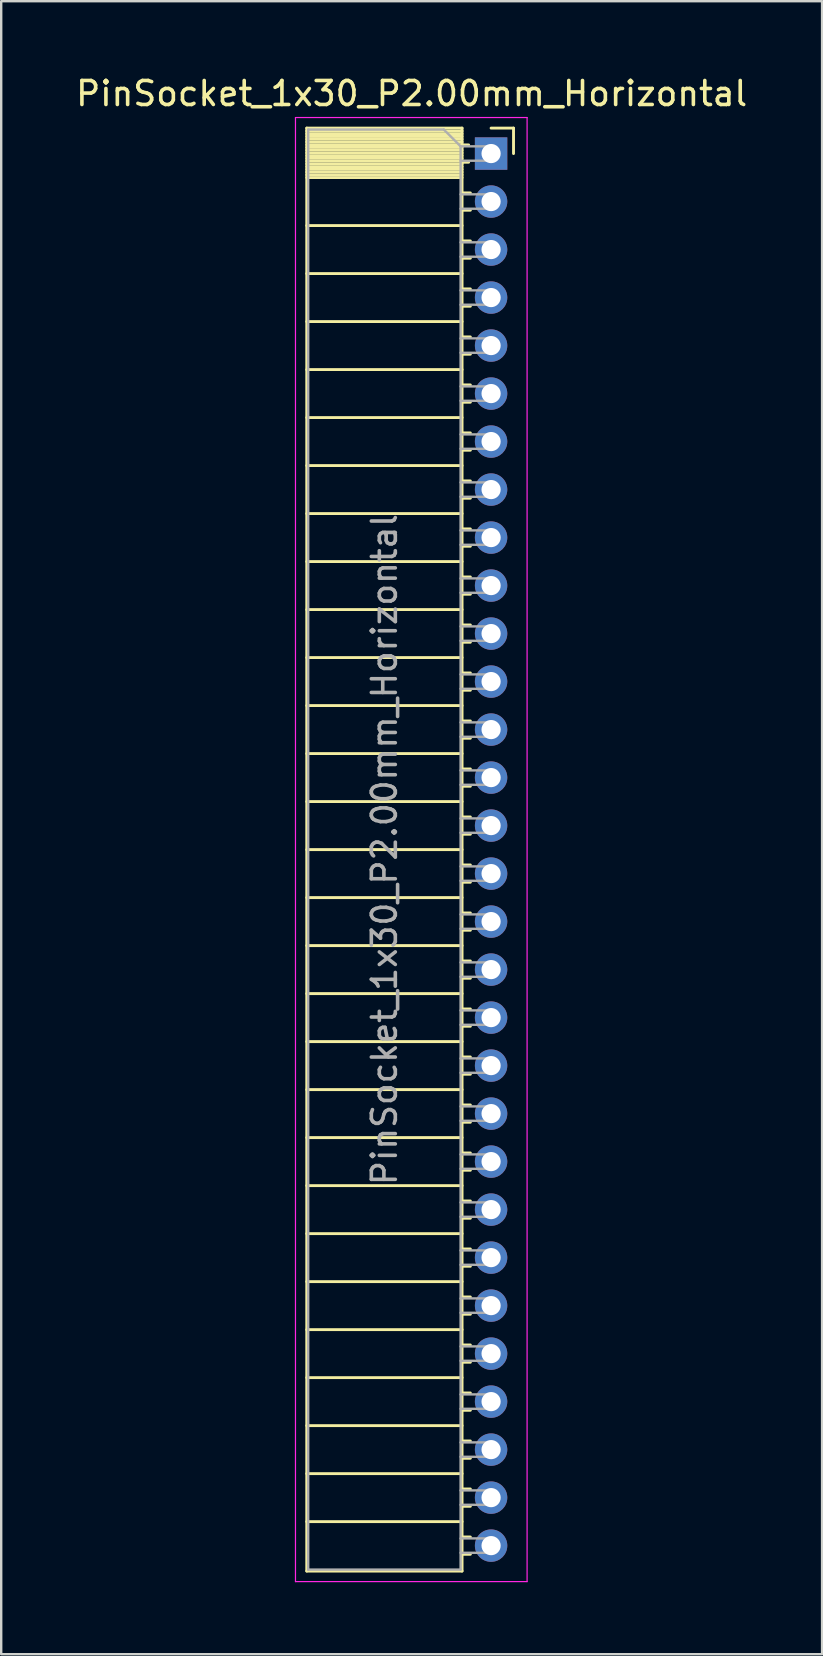
<source format=kicad_pcb>
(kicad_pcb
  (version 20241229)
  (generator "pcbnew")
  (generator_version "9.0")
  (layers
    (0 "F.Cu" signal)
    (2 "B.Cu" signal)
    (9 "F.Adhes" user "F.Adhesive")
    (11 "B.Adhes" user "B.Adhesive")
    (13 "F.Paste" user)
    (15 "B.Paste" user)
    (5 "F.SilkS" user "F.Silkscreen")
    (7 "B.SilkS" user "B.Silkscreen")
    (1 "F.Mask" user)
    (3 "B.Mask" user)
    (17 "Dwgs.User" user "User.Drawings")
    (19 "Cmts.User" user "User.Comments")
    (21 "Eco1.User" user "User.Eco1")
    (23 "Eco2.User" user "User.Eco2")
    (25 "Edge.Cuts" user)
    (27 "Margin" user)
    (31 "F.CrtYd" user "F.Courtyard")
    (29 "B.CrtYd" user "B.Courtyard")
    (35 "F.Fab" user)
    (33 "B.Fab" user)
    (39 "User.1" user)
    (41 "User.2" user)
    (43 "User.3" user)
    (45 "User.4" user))
  (footprint "PinSocket_1x30_P2.00mm_Horizontal"
    (layer "F.Cu")
    (at 17.411 3.348)
    (property "Reference" "PinSocket_1x30_P2.00mm_Horizontal" (at -3.31 -2.5 0) (layer "F.SilkS") (effects (font (size 1 1) (thickness 0.15))))
    (attr through_hole)
    (fp_line (start -7.68 -1.06) (end -7.68 59.06) (stroke (width 0.12) (type solid)) (layer "F.SilkS"))
    (fp_line (start -7.68 -1.06) (end -1.21 -1.06) (stroke (width 0.12) (type solid)) (layer "F.SilkS"))
    (fp_line (start -7.68 -0.94) (end -1.21 -0.94) (stroke (width 0.12) (type solid)) (layer "F.SilkS"))
    (fp_line (start -7.68 -0.826) (end -1.21 -0.826) (stroke (width 0.12) (type solid)) (layer "F.SilkS"))
    (fp_line (start -7.68 -0.712) (end -1.21 -0.712) (stroke (width 0.12) (type solid)) (layer "F.SilkS"))
    (fp_line (start -7.68 -0.598) (end -1.21 -0.598) (stroke (width 0.12) (type solid)) (layer "F.SilkS"))
    (fp_line (start -7.68 -0.484) (end -1.21 -0.484) (stroke (width 0.12) (type solid)) (layer "F.SilkS"))
    (fp_line (start -7.68 -0.369) (end -1.21 -0.369) (stroke (width 0.12) (type solid)) (layer "F.SilkS"))
    (fp_line (start -7.68 -0.255) (end -1.21 -0.255) (stroke (width 0.12) (type solid)) (layer "F.SilkS"))
    (fp_line (start -7.68 -0.141) (end -1.21 -0.141) (stroke (width 0.12) (type solid)) (layer "F.SilkS"))
    (fp_line (start -7.68 -0.027) (end -1.21 -0.027) (stroke (width 0.12) (type solid)) (layer "F.SilkS"))
    (fp_line (start -7.68 0.087) (end -1.21 0.087) (stroke (width 0.12) (type solid)) (layer "F.SilkS"))
    (fp_line (start -7.68 0.201) (end -1.21 0.201) (stroke (width 0.12) (type solid)) (layer "F.SilkS"))
    (fp_line (start -7.68 0.315) (end -1.21 0.315) (stroke (width 0.12) (type solid)) (layer "F.SilkS"))
    (fp_line (start -7.68 0.429) (end -1.21 0.429) (stroke (width 0.12) (type solid)) (layer "F.SilkS"))
    (fp_line (start -7.68 0.544) (end -1.21 0.544) (stroke (width 0.12) (type solid)) (layer "F.SilkS"))
    (fp_line (start -7.68 0.658) (end -1.21 0.658) (stroke (width 0.12) (type solid)) (layer "F.SilkS"))
    (fp_line (start -7.68 0.772) (end -1.21 0.772) (stroke (width 0.12) (type solid)) (layer "F.SilkS"))
    (fp_line (start -7.68 0.886) (end -1.21 0.886) (stroke (width 0.12) (type solid)) (layer "F.SilkS"))
    (fp_line (start -7.68 1) (end -1.21 1) (stroke (width 0.12) (type solid)) (layer "F.SilkS"))
    (fp_line (start -7.68 3) (end -1.21 3) (stroke (width 0.12) (type solid)) (layer "F.SilkS"))
    (fp_line (start -7.68 5) (end -1.21 5) (stroke (width 0.12) (type solid)) (layer "F.SilkS"))
    (fp_line (start -7.68 7) (end -1.21 7) (stroke (width 0.12) (type solid)) (layer "F.SilkS"))
    (fp_line (start -7.68 9) (end -1.21 9) (stroke (width 0.12) (type solid)) (layer "F.SilkS"))
    (fp_line (start -7.68 11) (end -1.21 11) (stroke (width 0.12) (type solid)) (layer "F.SilkS"))
    (fp_line (start -7.68 13) (end -1.21 13) (stroke (width 0.12) (type solid)) (layer "F.SilkS"))
    (fp_line (start -7.68 15) (end -1.21 15) (stroke (width 0.12) (type solid)) (layer "F.SilkS"))
    (fp_line (start -7.68 17) (end -1.21 17) (stroke (width 0.12) (type solid)) (layer "F.SilkS"))
    (fp_line (start -7.68 19) (end -1.21 19) (stroke (width 0.12) (type solid)) (layer "F.SilkS"))
    (fp_line (start -7.68 21) (end -1.21 21) (stroke (width 0.12) (type solid)) (layer "F.SilkS"))
    (fp_line (start -7.68 23) (end -1.21 23) (stroke (width 0.12) (type solid)) (layer "F.SilkS"))
    (fp_line (start -7.68 25) (end -1.21 25) (stroke (width 0.12) (type solid)) (layer "F.SilkS"))
    (fp_line (start -7.68 27) (end -1.21 27) (stroke (width 0.12) (type solid)) (layer "F.SilkS"))
    (fp_line (start -7.68 29) (end -1.21 29) (stroke (width 0.12) (type solid)) (layer "F.SilkS"))
    (fp_line (start -7.68 31) (end -1.21 31) (stroke (width 0.12) (type solid)) (layer "F.SilkS"))
    (fp_line (start -7.68 33) (end -1.21 33) (stroke (width 0.12) (type solid)) (layer "F.SilkS"))
    (fp_line (start -7.68 35) (end -1.21 35) (stroke (width 0.12) (type solid)) (layer "F.SilkS"))
    (fp_line (start -7.68 37) (end -1.21 37) (stroke (width 0.12) (type solid)) (layer "F.SilkS"))
    (fp_line (start -7.68 39) (end -1.21 39) (stroke (width 0.12) (type solid)) (layer "F.SilkS"))
    (fp_line (start -7.68 41) (end -1.21 41) (stroke (width 0.12) (type solid)) (layer "F.SilkS"))
    (fp_line (start -7.68 43) (end -1.21 43) (stroke (width 0.12) (type solid)) (layer "F.SilkS"))
    (fp_line (start -7.68 45) (end -1.21 45) (stroke (width 0.12) (type solid)) (layer "F.SilkS"))
    (fp_line (start -7.68 47) (end -1.21 47) (stroke (width 0.12) (type solid)) (layer "F.SilkS"))
    (fp_line (start -7.68 49) (end -1.21 49) (stroke (width 0.12) (type solid)) (layer "F.SilkS"))
    (fp_line (start -7.68 51) (end -1.21 51) (stroke (width 0.12) (type solid)) (layer "F.SilkS"))
    (fp_line (start -7.68 53) (end -1.21 53) (stroke (width 0.12) (type solid)) (layer "F.SilkS"))
    (fp_line (start -7.68 55) (end -1.21 55) (stroke (width 0.12) (type solid)) (layer "F.SilkS"))
    (fp_line (start -7.68 57) (end -1.21 57) (stroke (width 0.12) (type solid)) (layer "F.SilkS"))
    (fp_line (start -7.68 59.06) (end -1.21 59.06) (stroke (width 0.12) (type solid)) (layer "F.SilkS"))
    (fp_line (start -1.21 -1.06) (end -1.21 59.06) (stroke (width 0.12) (type solid)) (layer "F.SilkS"))
    (fp_line (start -1.21 -0.36) (end -0.935 -0.36) (stroke (width 0.12) (type solid)) (layer "F.SilkS"))
    (fp_line (start -1.21 0.36) (end -0.935 0.36) (stroke (width 0.12) (type solid)) (layer "F.SilkS"))
    (fp_line (start -1.21 1.64) (end -0.863 1.64) (stroke (width 0.12) (type solid)) (layer "F.SilkS"))
    (fp_line (start -1.21 2.36) (end -0.863 2.36) (stroke (width 0.12) (type solid)) (layer "F.SilkS"))
    (fp_line (start -1.21 3.64) (end -0.863 3.64) (stroke (width 0.12) (type solid)) (layer "F.SilkS"))
    (fp_line (start -1.21 4.36) (end -0.863 4.36) (stroke (width 0.12) (type solid)) (layer "F.SilkS"))
    (fp_line (start -1.21 5.64) (end -0.863 5.64) (stroke (width 0.12) (type solid)) (layer "F.SilkS"))
    (fp_line (start -1.21 6.36) (end -0.863 6.36) (stroke (width 0.12) (type solid)) (layer "F.SilkS"))
    (fp_line (start -1.21 7.64) (end -0.863 7.64) (stroke (width 0.12) (type solid)) (layer "F.SilkS"))
    (fp_line (start -1.21 8.36) (end -0.863 8.36) (stroke (width 0.12) (type solid)) (layer "F.SilkS"))
    (fp_line (start -1.21 9.64) (end -0.863 9.64) (stroke (width 0.12) (type solid)) (layer "F.SilkS"))
    (fp_line (start -1.21 10.36) (end -0.863 10.36) (stroke (width 0.12) (type solid)) (layer "F.SilkS"))
    (fp_line (start -1.21 11.64) (end -0.863 11.64) (stroke (width 0.12) (type solid)) (layer "F.SilkS"))
    (fp_line (start -1.21 12.36) (end -0.863 12.36) (stroke (width 0.12) (type solid)) (layer "F.SilkS"))
    (fp_line (start -1.21 13.64) (end -0.863 13.64) (stroke (width 0.12) (type solid)) (layer "F.SilkS"))
    (fp_line (start -1.21 14.36) (end -0.863 14.36) (stroke (width 0.12) (type solid)) (layer "F.SilkS"))
    (fp_line (start -1.21 15.64) (end -0.863 15.64) (stroke (width 0.12) (type solid)) (layer "F.SilkS"))
    (fp_line (start -1.21 16.36) (end -0.863 16.36) (stroke (width 0.12) (type solid)) (layer "F.SilkS"))
    (fp_line (start -1.21 17.64) (end -0.863 17.64) (stroke (width 0.12) (type solid)) (layer "F.SilkS"))
    (fp_line (start -1.21 18.36) (end -0.863 18.36) (stroke (width 0.12) (type solid)) (layer "F.SilkS"))
    (fp_line (start -1.21 19.64) (end -0.863 19.64) (stroke (width 0.12) (type solid)) (layer "F.SilkS"))
    (fp_line (start -1.21 20.36) (end -0.863 20.36) (stroke (width 0.12) (type solid)) (layer "F.SilkS"))
    (fp_line (start -1.21 21.64) (end -0.863 21.64) (stroke (width 0.12) (type solid)) (layer "F.SilkS"))
    (fp_line (start -1.21 22.36) (end -0.863 22.36) (stroke (width 0.12) (type solid)) (layer "F.SilkS"))
    (fp_line (start -1.21 23.64) (end -0.863 23.64) (stroke (width 0.12) (type solid)) (layer "F.SilkS"))
    (fp_line (start -1.21 24.36) (end -0.863 24.36) (stroke (width 0.12) (type solid)) (layer "F.SilkS"))
    (fp_line (start -1.21 25.64) (end -0.863 25.64) (stroke (width 0.12) (type solid)) (layer "F.SilkS"))
    (fp_line (start -1.21 26.36) (end -0.863 26.36) (stroke (width 0.12) (type solid)) (layer "F.SilkS"))
    (fp_line (start -1.21 27.64) (end -0.863 27.64) (stroke (width 0.12) (type solid)) (layer "F.SilkS"))
    (fp_line (start -1.21 28.36) (end -0.863 28.36) (stroke (width 0.12) (type solid)) (layer "F.SilkS"))
    (fp_line (start -1.21 29.64) (end -0.863 29.64) (stroke (width 0.12) (type solid)) (layer "F.SilkS"))
    (fp_line (start -1.21 30.36) (end -0.863 30.36) (stroke (width 0.12) (type solid)) (layer "F.SilkS"))
    (fp_line (start -1.21 31.64) (end -0.863 31.64) (stroke (width 0.12) (type solid)) (layer "F.SilkS"))
    (fp_line (start -1.21 32.36) (end -0.863 32.36) (stroke (width 0.12) (type solid)) (layer "F.SilkS"))
    (fp_line (start -1.21 33.64) (end -0.863 33.64) (stroke (width 0.12) (type solid)) (layer "F.SilkS"))
    (fp_line (start -1.21 34.36) (end -0.863 34.36) (stroke (width 0.12) (type solid)) (layer "F.SilkS"))
    (fp_line (start -1.21 35.64) (end -0.863 35.64) (stroke (width 0.12) (type solid)) (layer "F.SilkS"))
    (fp_line (start -1.21 36.36) (end -0.863 36.36) (stroke (width 0.12) (type solid)) (layer "F.SilkS"))
    (fp_line (start -1.21 37.64) (end -0.863 37.64) (stroke (width 0.12) (type solid)) (layer "F.SilkS"))
    (fp_line (start -1.21 38.36) (end -0.863 38.36) (stroke (width 0.12) (type solid)) (layer "F.SilkS"))
    (fp_line (start -1.21 39.64) (end -0.863 39.64) (stroke (width 0.12) (type solid)) (layer "F.SilkS"))
    (fp_line (start -1.21 40.36) (end -0.863 40.36) (stroke (width 0.12) (type solid)) (layer "F.SilkS"))
    (fp_line (start -1.21 41.64) (end -0.863 41.64) (stroke (width 0.12) (type solid)) (layer "F.SilkS"))
    (fp_line (start -1.21 42.36) (end -0.863 42.36) (stroke (width 0.12) (type solid)) (layer "F.SilkS"))
    (fp_line (start -1.21 43.64) (end -0.863 43.64) (stroke (width 0.12) (type solid)) (layer "F.SilkS"))
    (fp_line (start -1.21 44.36) (end -0.863 44.36) (stroke (width 0.12) (type solid)) (layer "F.SilkS"))
    (fp_line (start -1.21 45.64) (end -0.863 45.64) (stroke (width 0.12) (type solid)) (layer "F.SilkS"))
    (fp_line (start -1.21 46.36) (end -0.863 46.36) (stroke (width 0.12) (type solid)) (layer "F.SilkS"))
    (fp_line (start -1.21 47.64) (end -0.863 47.64) (stroke (width 0.12) (type solid)) (layer "F.SilkS"))
    (fp_line (start -1.21 48.36) (end -0.863 48.36) (stroke (width 0.12) (type solid)) (layer "F.SilkS"))
    (fp_line (start -1.21 49.64) (end -0.863 49.64) (stroke (width 0.12) (type solid)) (layer "F.SilkS"))
    (fp_line (start -1.21 50.36) (end -0.863 50.36) (stroke (width 0.12) (type solid)) (layer "F.SilkS"))
    (fp_line (start -1.21 51.64) (end -0.863 51.64) (stroke (width 0.12) (type solid)) (layer "F.SilkS"))
    (fp_line (start -1.21 52.36) (end -0.863 52.36) (stroke (width 0.12) (type solid)) (layer "F.SilkS"))
    (fp_line (start -1.21 53.64) (end -0.863 53.64) (stroke (width 0.12) (type solid)) (layer "F.SilkS"))
    (fp_line (start -1.21 54.36) (end -0.863 54.36) (stroke (width 0.12) (type solid)) (layer "F.SilkS"))
    (fp_line (start -1.21 55.64) (end -0.863 55.64) (stroke (width 0.12) (type solid)) (layer "F.SilkS"))
    (fp_line (start -1.21 56.36) (end -0.863 56.36) (stroke (width 0.12) (type solid)) (layer "F.SilkS"))
    (fp_line (start -1.21 57.64) (end -0.863 57.64) (stroke (width 0.12) (type solid)) (layer "F.SilkS"))
    (fp_line (start -1.21 58.36) (end -0.863 58.36) (stroke (width 0.12) (type solid)) (layer "F.SilkS"))
    (fp_line (start 0 -1.06) (end 0.935 -1.06) (stroke (width 0.12) (type solid)) (layer "F.SilkS"))
    (fp_line (start 0.935 -1.06) (end 0.935 0) (stroke (width 0.12) (type solid)) (layer "F.SilkS"))
    (fp_line (start -8.15 -1.5) (end -8.15 59.5) (stroke (width 0.05) (type solid)) (layer "F.CrtYd"))
    (fp_line (start -8.15 59.5) (end 1.5 59.5) (stroke (width 0.05) (type solid)) (layer "F.CrtYd"))
    (fp_line (start 1.5 -1.5) (end -8.15 -1.5) (stroke (width 0.05) (type solid)) (layer "F.CrtYd"))
    (fp_line (start 1.5 59.5) (end 1.5 -1.5) (stroke (width 0.05) (type solid)) (layer "F.CrtYd"))
    (fp_line (start -7.62 -1) (end -1.97 -1) (stroke (width 0.1) (type solid)) (layer "F.Fab"))
    (fp_line (start -7.62 59) (end -7.62 -1) (stroke (width 0.1) (type solid)) (layer "F.Fab"))
    (fp_line (start -1.97 -1) (end -1.27 -0.3) (stroke (width 0.1) (type solid)) (layer "F.Fab"))
    (fp_line (start -1.27 -0.3) (end -1.27 59) (stroke (width 0.1) (type solid)) (layer "F.Fab"))
    (fp_line (start -1.27 0.3) (end 0 0.3) (stroke (width 0.1) (type solid)) (layer "F.Fab"))
    (fp_line (start -1.27 2.3) (end 0 2.3) (stroke (width 0.1) (type solid)) (layer "F.Fab"))
    (fp_line (start -1.27 4.3) (end 0 4.3) (stroke (width 0.1) (type solid)) (layer "F.Fab"))
    (fp_line (start -1.27 6.3) (end 0 6.3) (stroke (width 0.1) (type solid)) (layer "F.Fab"))
    (fp_line (start -1.27 8.3) (end 0 8.3) (stroke (width 0.1) (type solid)) (layer "F.Fab"))
    (fp_line (start -1.27 10.3) (end 0 10.3) (stroke (width 0.1) (type solid)) (layer "F.Fab"))
    (fp_line (start -1.27 12.3) (end 0 12.3) (stroke (width 0.1) (type solid)) (layer "F.Fab"))
    (fp_line (start -1.27 14.3) (end 0 14.3) (stroke (width 0.1) (type solid)) (layer "F.Fab"))
    (fp_line (start -1.27 16.3) (end 0 16.3) (stroke (width 0.1) (type solid)) (layer "F.Fab"))
    (fp_line (start -1.27 18.3) (end 0 18.3) (stroke (width 0.1) (type solid)) (layer "F.Fab"))
    (fp_line (start -1.27 20.3) (end 0 20.3) (stroke (width 0.1) (type solid)) (layer "F.Fab"))
    (fp_line (start -1.27 22.3) (end 0 22.3) (stroke (width 0.1) (type solid)) (layer "F.Fab"))
    (fp_line (start -1.27 24.3) (end 0 24.3) (stroke (width 0.1) (type solid)) (layer "F.Fab"))
    (fp_line (start -1.27 26.3) (end 0 26.3) (stroke (width 0.1) (type solid)) (layer "F.Fab"))
    (fp_line (start -1.27 28.3) (end 0 28.3) (stroke (width 0.1) (type solid)) (layer "F.Fab"))
    (fp_line (start -1.27 30.3) (end 0 30.3) (stroke (width 0.1) (type solid)) (layer "F.Fab"))
    (fp_line (start -1.27 32.3) (end 0 32.3) (stroke (width 0.1) (type solid)) (layer "F.Fab"))
    (fp_line (start -1.27 34.3) (end 0 34.3) (stroke (width 0.1) (type solid)) (layer "F.Fab"))
    (fp_line (start -1.27 36.3) (end 0 36.3) (stroke (width 0.1) (type solid)) (layer "F.Fab"))
    (fp_line (start -1.27 38.3) (end 0 38.3) (stroke (width 0.1) (type solid)) (layer "F.Fab"))
    (fp_line (start -1.27 40.3) (end 0 40.3) (stroke (width 0.1) (type solid)) (layer "F.Fab"))
    (fp_line (start -1.27 42.3) (end 0 42.3) (stroke (width 0.1) (type solid)) (layer "F.Fab"))
    (fp_line (start -1.27 44.3) (end 0 44.3) (stroke (width 0.1) (type solid)) (layer "F.Fab"))
    (fp_line (start -1.27 46.3) (end 0 46.3) (stroke (width 0.1) (type solid)) (layer "F.Fab"))
    (fp_line (start -1.27 48.3) (end 0 48.3) (stroke (width 0.1) (type solid)) (layer "F.Fab"))
    (fp_line (start -1.27 50.3) (end 0 50.3) (stroke (width 0.1) (type solid)) (layer "F.Fab"))
    (fp_line (start -1.27 52.3) (end 0 52.3) (stroke (width 0.1) (type solid)) (layer "F.Fab"))
    (fp_line (start -1.27 54.3) (end 0 54.3) (stroke (width 0.1) (type solid)) (layer "F.Fab"))
    (fp_line (start -1.27 56.3) (end 0 56.3) (stroke (width 0.1) (type solid)) (layer "F.Fab"))
    (fp_line (start -1.27 58.3) (end 0 58.3) (stroke (width 0.1) (type solid)) (layer "F.Fab"))
    (fp_line (start -1.27 59) (end -7.62 59) (stroke (width 0.1) (type solid)) (layer "F.Fab"))
    (fp_line (start 0 -0.3) (end -1.27 -0.3) (stroke (width 0.1) (type solid)) (layer "F.Fab"))
    (fp_line (start 0 0.3) (end 0 -0.3) (stroke (width 0.1) (type solid)) (layer "F.Fab"))
    (fp_line (start 0 1.7) (end -1.27 1.7) (stroke (width 0.1) (type solid)) (layer "F.Fab"))
    (fp_line (start 0 2.3) (end 0 1.7) (stroke (width 0.1) (type solid)) (layer "F.Fab"))
    (fp_line (start 0 3.7) (end -1.27 3.7) (stroke (width 0.1) (type solid)) (layer "F.Fab"))
    (fp_line (start 0 4.3) (end 0 3.7) (stroke (width 0.1) (type solid)) (layer "F.Fab"))
    (fp_line (start 0 5.7) (end -1.27 5.7) (stroke (width 0.1) (type solid)) (layer "F.Fab"))
    (fp_line (start 0 6.3) (end 0 5.7) (stroke (width 0.1) (type solid)) (layer "F.Fab"))
    (fp_line (start 0 7.7) (end -1.27 7.7) (stroke (width 0.1) (type solid)) (layer "F.Fab"))
    (fp_line (start 0 8.3) (end 0 7.7) (stroke (width 0.1) (type solid)) (layer "F.Fab"))
    (fp_line (start 0 9.7) (end -1.27 9.7) (stroke (width 0.1) (type solid)) (layer "F.Fab"))
    (fp_line (start 0 10.3) (end 0 9.7) (stroke (width 0.1) (type solid)) (layer "F.Fab"))
    (fp_line (start 0 11.7) (end -1.27 11.7) (stroke (width 0.1) (type solid)) (layer "F.Fab"))
    (fp_line (start 0 12.3) (end 0 11.7) (stroke (width 0.1) (type solid)) (layer "F.Fab"))
    (fp_line (start 0 13.7) (end -1.27 13.7) (stroke (width 0.1) (type solid)) (layer "F.Fab"))
    (fp_line (start 0 14.3) (end 0 13.7) (stroke (width 0.1) (type solid)) (layer "F.Fab"))
    (fp_line (start 0 15.7) (end -1.27 15.7) (stroke (width 0.1) (type solid)) (layer "F.Fab"))
    (fp_line (start 0 16.3) (end 0 15.7) (stroke (width 0.1) (type solid)) (layer "F.Fab"))
    (fp_line (start 0 17.7) (end -1.27 17.7) (stroke (width 0.1) (type solid)) (layer "F.Fab"))
    (fp_line (start 0 18.3) (end 0 17.7) (stroke (width 0.1) (type solid)) (layer "F.Fab"))
    (fp_line (start 0 19.7) (end -1.27 19.7) (stroke (width 0.1) (type solid)) (layer "F.Fab"))
    (fp_line (start 0 20.3) (end 0 19.7) (stroke (width 0.1) (type solid)) (layer "F.Fab"))
    (fp_line (start 0 21.7) (end -1.27 21.7) (stroke (width 0.1) (type solid)) (layer "F.Fab"))
    (fp_line (start 0 22.3) (end 0 21.7) (stroke (width 0.1) (type solid)) (layer "F.Fab"))
    (fp_line (start 0 23.7) (end -1.27 23.7) (stroke (width 0.1) (type solid)) (layer "F.Fab"))
    (fp_line (start 0 24.3) (end 0 23.7) (stroke (width 0.1) (type solid)) (layer "F.Fab"))
    (fp_line (start 0 25.7) (end -1.27 25.7) (stroke (width 0.1) (type solid)) (layer "F.Fab"))
    (fp_line (start 0 26.3) (end 0 25.7) (stroke (width 0.1) (type solid)) (layer "F.Fab"))
    (fp_line (start 0 27.7) (end -1.27 27.7) (stroke (width 0.1) (type solid)) (layer "F.Fab"))
    (fp_line (start 0 28.3) (end 0 27.7) (stroke (width 0.1) (type solid)) (layer "F.Fab"))
    (fp_line (start 0 29.7) (end -1.27 29.7) (stroke (width 0.1) (type solid)) (layer "F.Fab"))
    (fp_line (start 0 30.3) (end 0 29.7) (stroke (width 0.1) (type solid)) (layer "F.Fab"))
    (fp_line (start 0 31.7) (end -1.27 31.7) (stroke (width 0.1) (type solid)) (layer "F.Fab"))
    (fp_line (start 0 32.3) (end 0 31.7) (stroke (width 0.1) (type solid)) (layer "F.Fab"))
    (fp_line (start 0 33.7) (end -1.27 33.7) (stroke (width 0.1) (type solid)) (layer "F.Fab"))
    (fp_line (start 0 34.3) (end 0 33.7) (stroke (width 0.1) (type solid)) (layer "F.Fab"))
    (fp_line (start 0 35.7) (end -1.27 35.7) (stroke (width 0.1) (type solid)) (layer "F.Fab"))
    (fp_line (start 0 36.3) (end 0 35.7) (stroke (width 0.1) (type solid)) (layer "F.Fab"))
    (fp_line (start 0 37.7) (end -1.27 37.7) (stroke (width 0.1) (type solid)) (layer "F.Fab"))
    (fp_line (start 0 38.3) (end 0 37.7) (stroke (width 0.1) (type solid)) (layer "F.Fab"))
    (fp_line (start 0 39.7) (end -1.27 39.7) (stroke (width 0.1) (type solid)) (layer "F.Fab"))
    (fp_line (start 0 40.3) (end 0 39.7) (stroke (width 0.1) (type solid)) (layer "F.Fab"))
    (fp_line (start 0 41.7) (end -1.27 41.7) (stroke (width 0.1) (type solid)) (layer "F.Fab"))
    (fp_line (start 0 42.3) (end 0 41.7) (stroke (width 0.1) (type solid)) (layer "F.Fab"))
    (fp_line (start 0 43.7) (end -1.27 43.7) (stroke (width 0.1) (type solid)) (layer "F.Fab"))
    (fp_line (start 0 44.3) (end 0 43.7) (stroke (width 0.1) (type solid)) (layer "F.Fab"))
    (fp_line (start 0 45.7) (end -1.27 45.7) (stroke (width 0.1) (type solid)) (layer "F.Fab"))
    (fp_line (start 0 46.3) (end 0 45.7) (stroke (width 0.1) (type solid)) (layer "F.Fab"))
    (fp_line (start 0 47.7) (end -1.27 47.7) (stroke (width 0.1) (type solid)) (layer "F.Fab"))
    (fp_line (start 0 48.3) (end 0 47.7) (stroke (width 0.1) (type solid)) (layer "F.Fab"))
    (fp_line (start 0 49.7) (end -1.27 49.7) (stroke (width 0.1) (type solid)) (layer "F.Fab"))
    (fp_line (start 0 50.3) (end 0 49.7) (stroke (width 0.1) (type solid)) (layer "F.Fab"))
    (fp_line (start 0 51.7) (end -1.27 51.7) (stroke (width 0.1) (type solid)) (layer "F.Fab"))
    (fp_line (start 0 52.3) (end 0 51.7) (stroke (width 0.1) (type solid)) (layer "F.Fab"))
    (fp_line (start 0 53.7) (end -1.27 53.7) (stroke (width 0.1) (type solid)) (layer "F.Fab"))
    (fp_line (start 0 54.3) (end 0 53.7) (stroke (width 0.1) (type solid)) (layer "F.Fab"))
    (fp_line (start 0 55.7) (end -1.27 55.7) (stroke (width 0.1) (type solid)) (layer "F.Fab"))
    (fp_line (start 0 56.3) (end 0 55.7) (stroke (width 0.1) (type solid)) (layer "F.Fab"))
    (fp_line (start 0 57.7) (end -1.27 57.7) (stroke (width 0.1) (type solid)) (layer "F.Fab"))
    (fp_line (start 0 58.3) (end 0 57.7) (stroke (width 0.1) (type solid)) (layer "F.Fab"))
    (fp_text user "${REFERENCE}" (at -4.445 29 90) (layer "F.Fab") (effects (font (size 1 1) (thickness 0.15))))
    (pad "1" thru_hole rect (at 0 0) (size 1.35 1.35) (drill 0.8) (layers "*.Cu" "*.Mask"))
    (pad "2" thru_hole oval (at 0 2) (size 1.35 1.35) (drill 0.8) (layers "*.Cu" "*.Mask"))
    (pad "3" thru_hole oval (at 0 4) (size 1.35 1.35) (drill 0.8) (layers "*.Cu" "*.Mask"))
    (pad "4" thru_hole oval (at 0 6) (size 1.35 1.35) (drill 0.8) (layers "*.Cu" "*.Mask"))
    (pad "5" thru_hole oval (at 0 8) (size 1.35 1.35) (drill 0.8) (layers "*.Cu" "*.Mask"))
    (pad "6" thru_hole oval (at 0 10) (size 1.35 1.35) (drill 0.8) (layers "*.Cu" "*.Mask"))
    (pad "7" thru_hole oval (at 0 12) (size 1.35 1.35) (drill 0.8) (layers "*.Cu" "*.Mask"))
    (pad "8" thru_hole oval (at 0 14) (size 1.35 1.35) (drill 0.8) (layers "*.Cu" "*.Mask"))
    (pad "9" thru_hole oval (at 0 16) (size 1.35 1.35) (drill 0.8) (layers "*.Cu" "*.Mask"))
    (pad "10" thru_hole oval (at 0 18) (size 1.35 1.35) (drill 0.8) (layers "*.Cu" "*.Mask"))
    (pad "11" thru_hole oval (at 0 20) (size 1.35 1.35) (drill 0.8) (layers "*.Cu" "*.Mask"))
    (pad "12" thru_hole oval (at 0 22) (size 1.35 1.35) (drill 0.8) (layers "*.Cu" "*.Mask"))
    (pad "13" thru_hole oval (at 0 24) (size 1.35 1.35) (drill 0.8) (layers "*.Cu" "*.Mask"))
    (pad "14" thru_hole oval (at 0 26) (size 1.35 1.35) (drill 0.8) (layers "*.Cu" "*.Mask"))
    (pad "15" thru_hole oval (at 0 28) (size 1.35 1.35) (drill 0.8) (layers "*.Cu" "*.Mask"))
    (pad "16" thru_hole oval (at 0 30) (size 1.35 1.35) (drill 0.8) (layers "*.Cu" "*.Mask"))
    (pad "17" thru_hole oval (at 0 32) (size 1.35 1.35) (drill 0.8) (layers "*.Cu" "*.Mask"))
    (pad "18" thru_hole oval (at 0 34) (size 1.35 1.35) (drill 0.8) (layers "*.Cu" "*.Mask"))
    (pad "19" thru_hole oval (at 0 36) (size 1.35 1.35) (drill 0.8) (layers "*.Cu" "*.Mask"))
    (pad "20" thru_hole oval (at 0 38) (size 1.35 1.35) (drill 0.8) (layers "*.Cu" "*.Mask"))
    (pad "21" thru_hole oval (at 0 40) (size 1.35 1.35) (drill 0.8) (layers "*.Cu" "*.Mask"))
    (pad "22" thru_hole oval (at 0 42) (size 1.35 1.35) (drill 0.8) (layers "*.Cu" "*.Mask"))
    (pad "23" thru_hole oval (at 0 44) (size 1.35 1.35) (drill 0.8) (layers "*.Cu" "*.Mask"))
    (pad "24" thru_hole oval (at 0 46) (size 1.35 1.35) (drill 0.8) (layers "*.Cu" "*.Mask"))
    (pad "25" thru_hole oval (at 0 48) (size 1.35 1.35) (drill 0.8) (layers "*.Cu" "*.Mask"))
    (pad "26" thru_hole oval (at 0 50) (size 1.35 1.35) (drill 0.8) (layers "*.Cu" "*.Mask"))
    (pad "27" thru_hole oval (at 0 52) (size 1.35 1.35) (drill 0.8) (layers "*.Cu" "*.Mask"))
    (pad "28" thru_hole oval (at 0 54) (size 1.35 1.35) (drill 0.8) (layers "*.Cu" "*.Mask"))
    (pad "29" thru_hole oval (at 0 56) (size 1.35 1.35) (drill 0.8) (layers "*.Cu" "*.Mask"))
    (pad "30" thru_hole oval (at 0 58) (size 1.35 1.35) (drill 0.8) (layers "*.Cu" "*.Mask")))
  (gr_rect
    (start -3 -3)
    (end 31.202 65.873)
    (stroke (width 0.1) (type default))
    (fill no)
    (layer "Edge.Cuts")))
</source>
